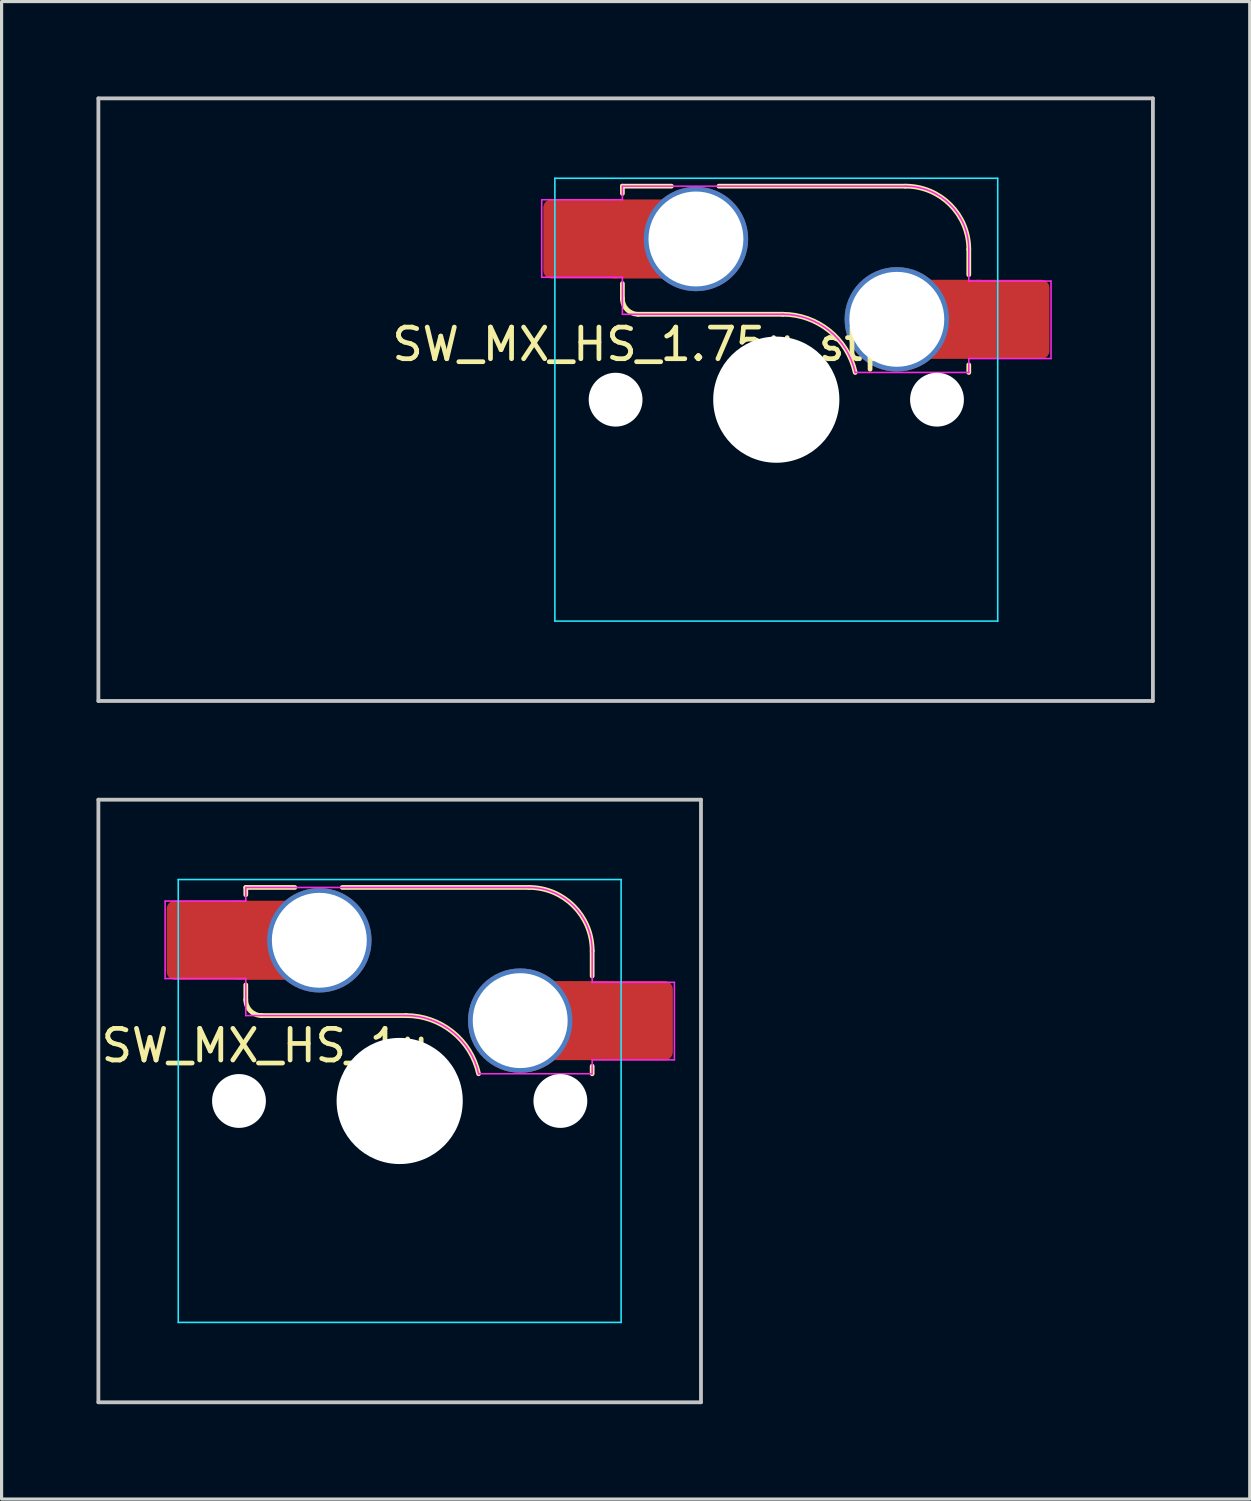
<source format=kicad_pcb>
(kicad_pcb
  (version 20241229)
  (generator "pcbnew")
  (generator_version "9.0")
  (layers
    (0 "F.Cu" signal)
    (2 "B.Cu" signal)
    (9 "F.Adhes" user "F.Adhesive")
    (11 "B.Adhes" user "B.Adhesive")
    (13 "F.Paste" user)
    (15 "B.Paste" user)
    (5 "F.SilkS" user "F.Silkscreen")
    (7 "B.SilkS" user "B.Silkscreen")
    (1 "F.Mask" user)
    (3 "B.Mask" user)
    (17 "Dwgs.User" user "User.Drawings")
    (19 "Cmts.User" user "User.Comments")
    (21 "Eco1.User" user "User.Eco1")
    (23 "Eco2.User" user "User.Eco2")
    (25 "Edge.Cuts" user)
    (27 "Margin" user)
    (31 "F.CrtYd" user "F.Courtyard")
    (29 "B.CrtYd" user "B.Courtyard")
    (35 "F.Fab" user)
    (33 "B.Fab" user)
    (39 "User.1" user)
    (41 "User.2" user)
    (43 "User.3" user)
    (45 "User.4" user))
  (footprint "SW_MX_HS_1.75u_stp"
    (layer "F.Cu")
    (at 21.491 9.585)
    (property "Reference" "SW_MX_HS_1.75u_stp" (at -4.25 -1.75 0) (layer "F.SilkS") (effects (font (size 1 1) (thickness 0.15))))
    (attr smd)
    (fp_line (start -4.865 -6.75) (end -4.865 -6.52) (stroke (width 0.15) (type solid)) (layer "F.SilkS"))
    (fp_line (start -4.865 -3.67) (end -4.865 -3.2) (stroke (width 0.15) (type solid)) (layer "F.SilkS"))
    (fp_line (start -4.365 -2.7) (end 0.2 -2.7) (stroke (width 0.15) (type solid)) (layer "F.SilkS"))
    (fp_line (start -3.315 -6.75) (end -4.865 -6.75) (stroke (width 0.15) (type solid)) (layer "F.SilkS"))
    (fp_line (start 4.085 -6.75) (end -1.815 -6.75) (stroke (width 0.15) (type solid)) (layer "F.SilkS"))
    (fp_line (start 6.085 -3.95) (end 6.085 -4.75) (stroke (width 0.15) (type solid)) (layer "F.SilkS"))
    (fp_line (start 6.085 -1.1) (end 6.085 -0.86) (stroke (width 0.15) (type solid)) (layer "F.SilkS"))
    (fp_arc (start -4.364824 -2.70022) (mid -4.718377 -2.846667) (end -4.864824 -3.20022) (stroke (width 0.15) (type solid)) (layer "F.SilkS"))
    (fp_arc (start 0.2 -2.70022) (mid 1.670693 -2.183637) (end 2.494322 -0.86022) (stroke (width 0.15) (type solid)) (layer "F.SilkS"))
    (fp_arc (start 4.085176 -6.75022) (mid 5.49939 -6.164434) (end 6.085176 -4.75022) (stroke (width 0.15) (type solid)) (layer "F.SilkS"))
    (fp_line (start -21.431 -9.525) (end 11.906 -9.525) (stroke (width 0.12) (type solid)) (layer "Dwgs.User"))
    (fp_line (start -21.431 9.525) (end -21.431 -9.525) (stroke (width 0.12) (type solid)) (layer "Dwgs.User"))
    (fp_line (start 11.906 -9.525) (end 11.906 9.525) (stroke (width 0.12) (type solid)) (layer "Dwgs.User"))
    (fp_line (start 11.906 9.525) (end -21.431 9.525) (stroke (width 0.12) (type solid)) (layer "Dwgs.User"))
    (fp_line (start -7 -6.5) (end -7 6.5) (stroke (width 0.05) (type solid)) (layer "Eco2.User"))
    (fp_line (start -6.5 7) (end 6.5 7) (stroke (width 0.05) (type solid)) (layer "Eco2.User"))
    (fp_line (start 6.5 -7) (end -6.5 -7) (stroke (width 0.05) (type solid)) (layer "Eco2.User"))
    (fp_line (start 7 6.5) (end 7 -6.5) (stroke (width 0.05) (type solid)) (layer "Eco2.User"))
    (fp_arc (start -7 -6.5) (mid -6.853553 -6.853553) (end -6.5 -7) (stroke (width 0.05) (type solid)) (layer "Eco2.User"))
    (fp_arc (start -6.497236 6.998884) (mid -6.850789 6.852437) (end -6.997236 6.498884) (stroke (width 0.05) (type solid)) (layer "Eco2.User"))
    (fp_arc (start 6.5 -7) (mid 6.853553 -6.853553) (end 7 -6.5) (stroke (width 0.05) (type solid)) (layer "Eco2.User"))
    (fp_arc (start 7 6.5) (mid 6.853553 6.853553) (end 6.5 7) (stroke (width 0.05) (type solid)) (layer "Eco2.User"))
    (fp_line (start -7 -7) (end 7 -7) (stroke (width 0.05) (type solid)) (layer "B.CrtYd"))
    (fp_line (start -7 7) (end -7 -7) (stroke (width 0.05) (type solid)) (layer "B.CrtYd"))
    (fp_line (start 7 -7) (end 7 7) (stroke (width 0.05) (type solid)) (layer "B.CrtYd"))
    (fp_line (start 7 7) (end -7 7) (stroke (width 0.05) (type solid)) (layer "B.CrtYd"))
    (fp_line (start -7.415 -6.32) (end -4.865 -6.32) (stroke (width 0.05) (type solid)) (layer "F.CrtYd"))
    (fp_line (start -7.415 -3.87) (end -7.415 -6.32) (stroke (width 0.05) (type solid)) (layer "F.CrtYd"))
    (fp_line (start -4.865 -6.75) (end -4.865 -6.32) (stroke (width 0.05) (type solid)) (layer "F.CrtYd"))
    (fp_line (start -4.865 -3.87) (end -7.415 -3.87) (stroke (width 0.05) (type solid)) (layer "F.CrtYd"))
    (fp_line (start -4.865 -3.87) (end -4.865 -2.7) (stroke (width 0.05) (type solid)) (layer "F.CrtYd"))
    (fp_line (start -4.865 -2.7) (end 0.2 -2.7) (stroke (width 0.05) (type solid)) (layer "F.CrtYd"))
    (fp_line (start 4.085 -6.75) (end -4.865 -6.75) (stroke (width 0.05) (type solid)) (layer "F.CrtYd"))
    (fp_line (start 6.085 -3.75) (end 6.085 -4.75) (stroke (width 0.05) (type solid)) (layer "F.CrtYd"))
    (fp_line (start 6.085 -3.75) (end 8.685 -3.75) (stroke (width 0.05) (type solid)) (layer "F.CrtYd"))
    (fp_line (start 6.085 -1.3) (end 6.085 -0.86) (stroke (width 0.05) (type solid)) (layer "F.CrtYd"))
    (fp_line (start 6.085 -0.86) (end 2.494 -0.86) (stroke (width 0.05) (type solid)) (layer "F.CrtYd"))
    (fp_line (start 8.685 -3.75) (end 8.685 -1.3) (stroke (width 0.05) (type solid)) (layer "F.CrtYd"))
    (fp_line (start 8.685 -1.3) (end 6.085 -1.3) (stroke (width 0.05) (type solid)) (layer "F.CrtYd"))
    (fp_arc (start 0.2 -2.70022) (mid 1.670503 -2.183399) (end 2.494322 -0.86022) (stroke (width 0.05) (type solid)) (layer "F.CrtYd"))
    (fp_arc (start 4.085176 -6.75022) (mid 5.49939 -6.164434) (end 6.085176 -4.75022) (stroke (width 0.05) (type solid)) (layer "F.CrtYd"))
    (pad "" np_thru_hole circle (at -5.08 0) (size 1.702 1.702) (drill 1.702) (layers "*.Cu" "*.Mask"))
    (pad "" np_thru_hole circle (at 0 0) (size 3.988 3.988) (drill 3.988) (layers "*.Cu" "*.Mask"))
    (pad "" np_thru_hole circle (at 5.08 0) (size 1.702 1.702) (drill 1.702) (layers "*.Cu" "*.Mask"))
    (pad "1" thru_hole circle (at 3.81 -2.54) (size 3.3 3.3) (drill 3) (layers "*.Cu" "*.Mask"))
    (pad "1" smd rect (at 5.635 -2.54 180) (size 1.65 2.5) (layers "F.Cu"))
    (pad "1" smd roundrect (at 7.36 -2.54) (size 2.55 2.5) (layers "F.Cu" "F.Mask" "F.Paste") (roundrect_rratio 0.1))
    (pad "2" smd roundrect (at -6.09 -5.08) (size 2.55 2.5) (layers "F.Cu" "F.Mask" "F.Paste") (roundrect_rratio 0.1))
    (pad "2" smd rect (at -4.34 -5.08) (size 1.65 2.5) (layers "F.Cu"))
    (pad "2" thru_hole circle (at -2.54 -5.08) (size 3.3 3.3) (drill 3) (layers "*.Cu" "*.Mask")))
  (footprint "SW_MX_HS_1u"
    (layer "F.Cu")
    (at 9.585 31.755)
    (property "Reference" "SW_MX_HS_1u" (at -4.25 -1.75 0) (layer "F.SilkS") (effects (font (size 1 1) (thickness 0.15))))
    (attr smd)
    (fp_line (start -4.865 -6.75) (end -4.865 -6.52) (stroke (width 0.15) (type solid)) (layer "F.SilkS"))
    (fp_line (start -4.865 -3.67) (end -4.865 -3.2) (stroke (width 0.15) (type solid)) (layer "F.SilkS"))
    (fp_line (start -4.365 -2.7) (end 0.2 -2.7) (stroke (width 0.15) (type solid)) (layer "F.SilkS"))
    (fp_line (start -3.315 -6.75) (end -4.865 -6.75) (stroke (width 0.15) (type solid)) (layer "F.SilkS"))
    (fp_line (start 4.085 -6.75) (end -1.815 -6.75) (stroke (width 0.15) (type solid)) (layer "F.SilkS"))
    (fp_line (start 6.085 -3.95) (end 6.085 -4.75) (stroke (width 0.15) (type solid)) (layer "F.SilkS"))
    (fp_line (start 6.085 -1.1) (end 6.085 -0.86) (stroke (width 0.15) (type solid)) (layer "F.SilkS"))
    (fp_arc (start -4.364824 -2.70022) (mid -4.718377 -2.846667) (end -4.864824 -3.20022) (stroke (width 0.15) (type solid)) (layer "F.SilkS"))
    (fp_arc (start 0.2 -2.70022) (mid 1.670693 -2.183637) (end 2.494322 -0.86022) (stroke (width 0.15) (type solid)) (layer "F.SilkS"))
    (fp_arc (start 4.085176 -6.75022) (mid 5.49939 -6.164434) (end 6.085176 -4.75022) (stroke (width 0.15) (type solid)) (layer "F.SilkS"))
    (fp_line (start -9.525 -9.525) (end 9.525 -9.525) (stroke (width 0.12) (type solid)) (layer "Dwgs.User"))
    (fp_line (start -9.525 9.525) (end -9.525 -9.525) (stroke (width 0.12) (type solid)) (layer "Dwgs.User"))
    (fp_line (start 9.525 -9.525) (end 9.525 9.525) (stroke (width 0.12) (type solid)) (layer "Dwgs.User"))
    (fp_line (start 9.525 9.525) (end -9.525 9.525) (stroke (width 0.12) (type solid)) (layer "Dwgs.User"))
    (fp_line (start -7 -6.5) (end -7 6.5) (stroke (width 0.05) (type solid)) (layer "Eco2.User"))
    (fp_line (start -6.5 7) (end 6.5 7) (stroke (width 0.05) (type solid)) (layer "Eco2.User"))
    (fp_line (start 6.5 -7) (end -6.5 -7) (stroke (width 0.05) (type solid)) (layer "Eco2.User"))
    (fp_line (start 7 6.5) (end 7 -6.5) (stroke (width 0.05) (type solid)) (layer "Eco2.User"))
    (fp_arc (start -7 -6.5) (mid -6.853553 -6.853553) (end -6.5 -7) (stroke (width 0.05) (type solid)) (layer "Eco2.User"))
    (fp_arc (start -6.497236 6.998884) (mid -6.850789 6.852437) (end -6.997236 6.498884) (stroke (width 0.05) (type solid)) (layer "Eco2.User"))
    (fp_arc (start 6.5 -7) (mid 6.853553 -6.853553) (end 7 -6.5) (stroke (width 0.05) (type solid)) (layer "Eco2.User"))
    (fp_arc (start 7 6.5) (mid 6.853553 6.853553) (end 6.5 7) (stroke (width 0.05) (type solid)) (layer "Eco2.User"))
    (fp_line (start -7 -7) (end 7 -7) (stroke (width 0.05) (type solid)) (layer "B.CrtYd"))
    (fp_line (start -7 7) (end -7 -7) (stroke (width 0.05) (type solid)) (layer "B.CrtYd"))
    (fp_line (start 7 -7) (end 7 7) (stroke (width 0.05) (type solid)) (layer "B.CrtYd"))
    (fp_line (start 7 7) (end -7 7) (stroke (width 0.05) (type solid)) (layer "B.CrtYd"))
    (fp_line (start -7.415 -6.32) (end -4.865 -6.32) (stroke (width 0.05) (type solid)) (layer "F.CrtYd"))
    (fp_line (start -7.415 -3.87) (end -7.415 -6.32) (stroke (width 0.05) (type solid)) (layer "F.CrtYd"))
    (fp_line (start -4.865 -6.75) (end -4.865 -6.32) (stroke (width 0.05) (type solid)) (layer "F.CrtYd"))
    (fp_line (start -4.865 -3.87) (end -7.415 -3.87) (stroke (width 0.05) (type solid)) (layer "F.CrtYd"))
    (fp_line (start -4.865 -3.87) (end -4.865 -2.7) (stroke (width 0.05) (type solid)) (layer "F.CrtYd"))
    (fp_line (start -4.865 -2.7) (end 0.2 -2.7) (stroke (width 0.05) (type solid)) (layer "F.CrtYd"))
    (fp_line (start 4.085 -6.75) (end -4.865 -6.75) (stroke (width 0.05) (type solid)) (layer "F.CrtYd"))
    (fp_line (start 6.085 -3.75) (end 6.085 -4.75) (stroke (width 0.05) (type solid)) (layer "F.CrtYd"))
    (fp_line (start 6.085 -3.75) (end 8.685 -3.75) (stroke (width 0.05) (type solid)) (layer "F.CrtYd"))
    (fp_line (start 6.085 -1.3) (end 6.085 -0.86) (stroke (width 0.05) (type solid)) (layer "F.CrtYd"))
    (fp_line (start 6.085 -0.86) (end 2.494 -0.86) (stroke (width 0.05) (type solid)) (layer "F.CrtYd"))
    (fp_line (start 8.685 -3.75) (end 8.685 -1.3) (stroke (width 0.05) (type solid)) (layer "F.CrtYd"))
    (fp_line (start 8.685 -1.3) (end 6.085 -1.3) (stroke (width 0.05) (type solid)) (layer "F.CrtYd"))
    (fp_arc (start 0.2 -2.70022) (mid 1.670503 -2.183399) (end 2.494322 -0.86022) (stroke (width 0.05) (type solid)) (layer "F.CrtYd"))
    (fp_arc (start 4.085176 -6.75022) (mid 5.49939 -6.164434) (end 6.085176 -4.75022) (stroke (width 0.05) (type solid)) (layer "F.CrtYd"))
    (pad "" np_thru_hole circle (at -5.08 0) (size 1.702 1.702) (drill 1.702) (layers "*.Cu" "*.Mask"))
    (pad "" np_thru_hole circle (at 0 0) (size 3.988 3.988) (drill 3.988) (layers "*.Cu" "*.Mask"))
    (pad "" np_thru_hole circle (at 5.08 0) (size 1.702 1.702) (drill 1.702) (layers "*.Cu" "*.Mask"))
    (pad "1" thru_hole circle (at 3.81 -2.54) (size 3.3 3.3) (drill 3) (layers "*.Cu" "*.Mask"))
    (pad "1" smd rect (at 5.635 -2.54 180) (size 1.65 2.5) (layers "F.Cu"))
    (pad "1" smd roundrect (at 7.36 -2.54) (size 2.55 2.5) (layers "F.Cu" "F.Mask" "F.Paste") (roundrect_rratio 0.1))
    (pad "2" smd roundrect (at -6.09 -5.08) (size 2.55 2.5) (layers "F.Cu" "F.Mask" "F.Paste") (roundrect_rratio 0.1))
    (pad "2" smd rect (at -4.34 -5.08) (size 1.65 2.5) (layers "F.Cu"))
    (pad "2" thru_hole circle (at -2.54 -5.08) (size 3.3 3.3) (drill 3) (layers "*.Cu" "*.Mask")))
  (gr_rect
    (start -3 -3)
    (end 36.458 44.34)
    (stroke (width 0.1) (type default))
    (fill no)
    (layer "Edge.Cuts")))
</source>
